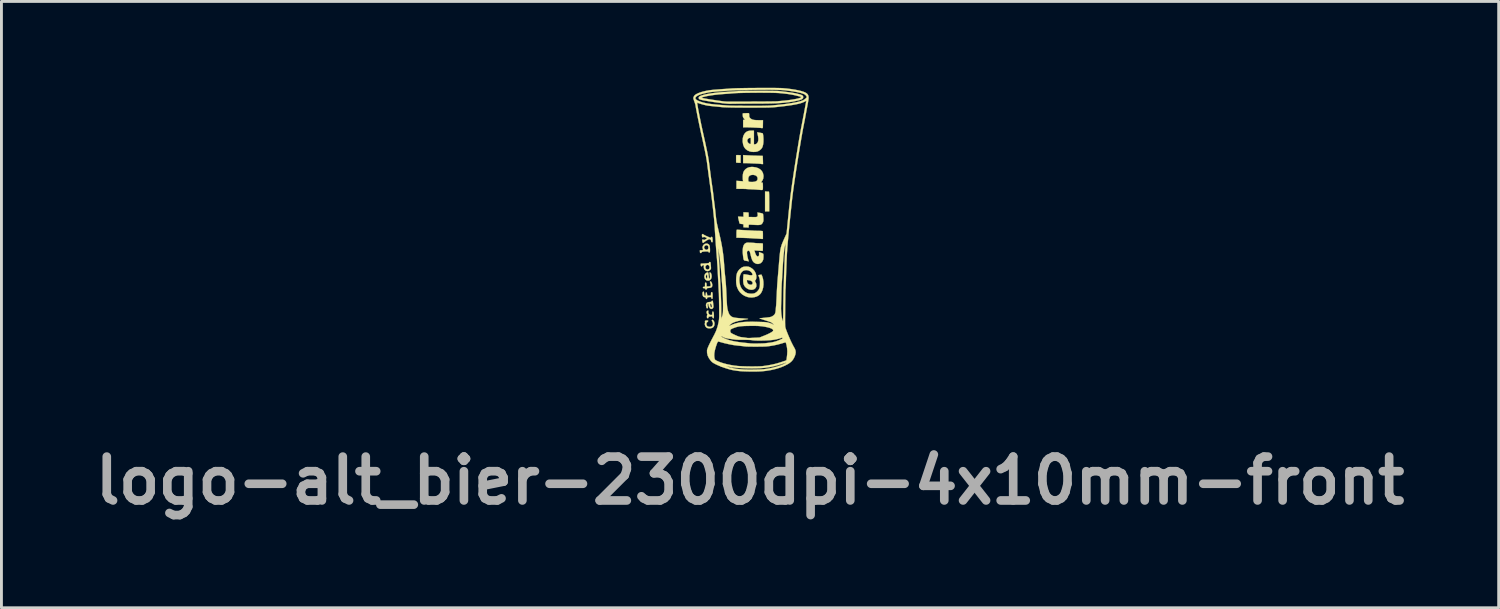
<source format=kicad_pcb>
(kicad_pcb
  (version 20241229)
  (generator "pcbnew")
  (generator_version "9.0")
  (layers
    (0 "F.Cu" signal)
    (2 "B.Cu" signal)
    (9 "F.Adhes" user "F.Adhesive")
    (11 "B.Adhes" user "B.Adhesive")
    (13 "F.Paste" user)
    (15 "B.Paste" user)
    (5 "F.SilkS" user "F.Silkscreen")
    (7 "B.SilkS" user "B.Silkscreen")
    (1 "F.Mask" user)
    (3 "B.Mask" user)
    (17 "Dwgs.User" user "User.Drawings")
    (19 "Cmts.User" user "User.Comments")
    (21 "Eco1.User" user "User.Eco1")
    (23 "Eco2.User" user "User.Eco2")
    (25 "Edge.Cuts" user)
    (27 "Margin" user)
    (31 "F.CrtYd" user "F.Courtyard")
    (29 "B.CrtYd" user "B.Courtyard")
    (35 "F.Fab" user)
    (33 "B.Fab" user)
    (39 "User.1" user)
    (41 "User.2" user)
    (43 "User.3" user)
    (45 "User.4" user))
  (footprint "logo-alt_bier-2300dpi-4x10mm-front"
    (layer "F.Cu")
    (at 23.037 4.925)
    (property "Reference" "logo-alt_bier-2300dpi-4x10mm-front" (at -0.025 8.725 0) (layer "F.Fab") (effects (font (size 1.524 1.524) (thickness 0.3))))
    (attr through_hole)
    (fp_poly (pts (xy 0.56 -1.319) (xy 0.596 -1.317) (xy 0.623 -1.316) (xy 0.632 -1.315) (xy 0.634 -1.304) (xy 0.636 -1.274) (xy 0.638 -1.227) (xy 0.639 -1.166) (xy 0.64 -1.093) (xy 0.64 -1.012) (xy 0.641 -0.972) (xy 0.641 -0.629) (xy 0.497 -0.629) (xy 0.497 -1.322) (xy 0.56 -1.319)) (stroke (width 0.01) (type solid)) (fill yes) (layer "F.SilkS"))
    (fp_poly (pts (xy -0.431 -2.586) (xy -0.353 -2.582) (xy -0.353 -2.319) (xy -0.431 -2.319) (xy -0.476 -2.321) (xy -0.501 -2.325) (xy -0.508 -2.333) (xy -0.509 -2.355) (xy -0.509 -2.391) (xy -0.509 -2.436) (xy -0.509 -2.482) (xy -0.509 -2.525) (xy -0.509 -2.557) (xy -0.509 -2.573) (xy -0.504 -2.582) (xy -0.489 -2.586) (xy -0.459 -2.587) (xy -0.431 -2.586)) (stroke (width 0.01) (type solid)) (fill yes) (layer "F.SilkS"))
    (fp_poly (pts (xy -0.163 -2.58) (xy -0.12 -2.578) (xy -0.06 -2.575) (xy 0.011 -2.572) (xy 0.089 -2.569) (xy 0.167 -2.567) (xy 0.177 -2.566) (xy 0.247 -2.564) (xy 0.308 -2.562) (xy 0.359 -2.561) (xy 0.395 -2.559) (xy 0.414 -2.558) (xy 0.416 -2.558) (xy 0.417 -2.547) (xy 0.418 -2.518) (xy 0.42 -2.476) (xy 0.421 -2.424) (xy 0.422 -2.416) (xy 0.426 -2.275) (xy 0.392 -2.275) (xy 0.366 -2.276) (xy 0.352 -2.28) (xy 0.352 -2.28) (xy 0.34 -2.282) (xy 0.309 -2.285) (xy 0.265 -2.288) (xy 0.21 -2.291) (xy 0.182 -2.292) (xy 0.118 -2.295) (xy 0.058 -2.297) (xy 0.006 -2.3) (xy -0.031 -2.302) (xy -0.039 -2.303) (xy -0.078 -2.305) (xy -0.129 -2.306) (xy -0.179 -2.307) (xy -0.265 -2.308) (xy -0.265 -2.587) (xy -0.163 -2.58)) (stroke (width 0.01) (type solid)) (fill yes) (layer "F.SilkS"))
    (fp_poly (pts (xy -1.328 3.138) (xy -1.303 3.153) (xy -1.281 3.184) (xy -1.265 3.225) (xy -1.259 3.269) (xy -1.259 3.271) (xy -1.267 3.334) (xy -1.291 3.382) (xy -1.332 3.414) (xy -1.388 3.432) (xy -1.43 3.434) (xy -1.487 3.43) (xy -1.528 3.415) (xy -1.531 3.413) (xy -1.564 3.382) (xy -1.587 3.338) (xy -1.597 3.291) (xy -1.593 3.253) (xy -1.588 3.224) (xy -1.59 3.203) (xy -1.591 3.201) (xy -1.594 3.182) (xy -1.578 3.167) (xy -1.545 3.159) (xy -1.528 3.158) (xy -1.498 3.16) (xy -1.483 3.166) (xy -1.48 3.18) (xy -1.48 3.181) (xy -1.49 3.203) (xy -1.506 3.213) (xy -1.53 3.233) (xy -1.541 3.264) (xy -1.541 3.3) (xy -1.53 3.334) (xy -1.507 3.361) (xy -1.498 3.366) (xy -1.451 3.381) (xy -1.402 3.38) (xy -1.359 3.366) (xy -1.341 3.352) (xy -1.32 3.317) (xy -1.313 3.273) (xy -1.321 3.228) (xy -1.337 3.198) (xy -1.352 3.171) (xy -1.352 3.15) (xy -1.34 3.138) (xy -1.328 3.138)) (stroke (width 0.01) (type solid)) (fill yes) (layer "F.SilkS"))
    (fp_poly (pts (xy -1.377 1.813) (xy -1.36 1.839) (xy -1.346 1.875) (xy -1.338 1.917) (xy -1.337 1.934) (xy -1.342 1.976) (xy -1.36 2.004) (xy -1.395 2.022) (xy -1.448 2.03) (xy -1.45 2.03) (xy -1.49 2.033) (xy -1.512 2.038) (xy -1.523 2.047) (xy -1.526 2.058) (xy -1.536 2.077) (xy -1.553 2.086) (xy -1.57 2.084) (xy -1.579 2.069) (xy -1.579 2.067) (xy -1.584 2.051) (xy -1.602 2.043) (xy -1.621 2.041) (xy -1.649 2.036) (xy -1.661 2.026) (xy -1.662 2.015) (xy -1.656 1.999) (xy -1.635 1.991) (xy -1.626 1.99) (xy -1.59 1.986) (xy -1.59 1.915) (xy -1.589 1.877) (xy -1.586 1.855) (xy -1.579 1.846) (xy -1.569 1.844) (xy -1.551 1.85) (xy -1.54 1.87) (xy -1.535 1.907) (xy -1.535 1.928) (xy -1.535 1.977) (xy -1.481 1.977) (xy -1.445 1.975) (xy -1.417 1.972) (xy -1.409 1.97) (xy -1.395 1.954) (xy -1.392 1.924) (xy -1.399 1.884) (xy -1.408 1.859) (xy -1.418 1.826) (xy -1.415 1.808) (xy -1.414 1.807) (xy -1.396 1.801) (xy -1.377 1.813)) (stroke (width 0.01) (type solid)) (fill yes) (layer "F.SilkS"))
    (fp_poly (pts (xy -1.48 1.498) (xy -1.471 1.523) (xy -1.466 1.566) (xy -1.463 1.601) (xy -1.459 1.648) (xy -1.454 1.684) (xy -1.449 1.707) (xy -1.446 1.712) (xy -1.434 1.703) (xy -1.424 1.688) (xy -1.417 1.66) (xy -1.418 1.616) (xy -1.426 1.554) (xy -1.431 1.526) (xy -1.435 1.501) (xy -1.429 1.492) (xy -1.413 1.493) (xy -1.391 1.506) (xy -1.374 1.538) (xy -1.363 1.585) (xy -1.359 1.632) (xy -1.367 1.687) (xy -1.39 1.731) (xy -1.425 1.762) (xy -1.468 1.777) (xy -1.517 1.774) (xy -1.549 1.761) (xy -1.583 1.73) (xy -1.605 1.688) (xy -1.612 1.64) (xy -1.611 1.625) (xy -1.562 1.625) (xy -1.561 1.649) (xy -1.552 1.673) (xy -1.537 1.702) (xy -1.525 1.71) (xy -1.517 1.697) (xy -1.513 1.662) (xy -1.513 1.641) (xy -1.515 1.595) (xy -1.522 1.569) (xy -1.532 1.564) (xy -1.545 1.579) (xy -1.552 1.595) (xy -1.562 1.625) (xy -1.611 1.625) (xy -1.607 1.591) (xy -1.589 1.547) (xy -1.557 1.514) (xy -1.546 1.508) (xy -1.515 1.493) (xy -1.494 1.489) (xy -1.48 1.498)) (stroke (width 0.01) (type solid)) (fill yes) (layer "F.SilkS"))
    (fp_poly (pts (xy -1.474 2.819) (xy -1.47 2.832) (xy -1.474 2.856) (xy -1.476 2.886) (xy -1.467 2.912) (xy -1.452 2.934) (xy -1.43 2.958) (xy -1.41 2.968) (xy -1.382 2.969) (xy -1.342 2.965) (xy -1.338 2.907) (xy -1.335 2.872) (xy -1.329 2.855) (xy -1.318 2.849) (xy -1.315 2.849) (xy -1.301 2.857) (xy -1.29 2.881) (xy -1.284 2.924) (xy -1.281 2.986) (xy -1.281 3.007) (xy -1.282 3.046) (xy -1.285 3.069) (xy -1.291 3.079) (xy -1.303 3.081) (xy -1.303 3.081) (xy -1.322 3.074) (xy -1.332 3.049) (xy -1.333 3.047) (xy -1.34 3.024) (xy -1.353 3.017) (xy -1.372 3.019) (xy -1.409 3.024) (xy -1.437 3.026) (xy -1.46 3.029) (xy -1.468 3.043) (xy -1.469 3.054) (xy -1.474 3.076) (xy -1.489 3.081) (xy -1.51 3.078) (xy -1.517 3.074) (xy -1.522 3.057) (xy -1.524 3.03) (xy -1.522 3) (xy -1.517 2.976) (xy -1.511 2.968) (xy -1.505 2.959) (xy -1.516 2.938) (xy -1.516 2.937) (xy -1.533 2.902) (xy -1.535 2.867) (xy -1.525 2.837) (xy -1.504 2.819) (xy -1.487 2.816) (xy -1.474 2.819)) (stroke (width 0.01) (type solid)) (fill yes) (layer "F.SilkS"))
    (fp_poly (pts (xy -0.437 0.009) (xy -0.395 0.012) (xy -0.384 0.013) (xy -0.341 0.016) (xy -0.282 0.019) (xy -0.215 0.023) (xy -0.145 0.027) (xy -0.117 0.028) (xy -0.054 0.031) (xy 0.003 0.034) (xy 0.051 0.036) (xy 0.084 0.038) (xy 0.094 0.039) (xy 0.118 0.041) (xy 0.158 0.043) (xy 0.209 0.044) (xy 0.266 0.045) (xy 0.268 0.045) (xy 0.322 0.047) (xy 0.367 0.049) (xy 0.4 0.053) (xy 0.415 0.057) (xy 0.416 0.058) (xy 0.418 0.072) (xy 0.42 0.104) (xy 0.422 0.148) (xy 0.422 0.197) (xy 0.422 0.326) (xy 0.393 0.327) (xy 0.371 0.327) (xy 0.362 0.325) (xy 0.35 0.323) (xy 0.32 0.321) (xy 0.277 0.318) (xy 0.224 0.315) (xy 0.204 0.314) (xy 0.146 0.311) (xy 0.093 0.308) (xy 0.052 0.306) (xy 0.026 0.303) (xy 0.023 0.303) (xy 0.004 0.301) (xy -0.033 0.299) (xy -0.085 0.297) (xy -0.149 0.295) (xy -0.22 0.292) (xy -0.251 0.291) (xy -0.497 0.284) (xy -0.497 0.148) (xy -0.496 0.084) (xy -0.493 0.038) (xy -0.488 0.014) (xy -0.485 0.009) (xy -0.469 0.008) (xy -0.437 0.009)) (stroke (width 0.01) (type solid)) (fill yes) (layer "F.SilkS"))
    (fp_poly (pts (xy -0.079 -4.043) (xy -0.075 -4.043) (xy -0.064 -4.039) (xy -0.058 -4.025) (xy -0.055 -3.997) (xy -0.055 -3.974) (xy -0.054 -3.935) (xy -0.049 -3.91) (xy -0.036 -3.889) (xy -0.014 -3.865) (xy 0.015 -3.842) (xy 0.048 -3.824) (xy 0.089 -3.812) (xy 0.143 -3.804) (xy 0.211 -3.8) (xy 0.285 -3.799) (xy 0.425 -3.799) (xy 0.423 -3.686) (xy 0.422 -3.635) (xy 0.421 -3.591) (xy 0.421 -3.559) (xy 0.42 -3.548) (xy 0.414 -3.528) (xy 0.394 -3.523) (xy 0.372 -3.525) (xy 0.364 -3.527) (xy 0.351 -3.53) (xy 0.32 -3.532) (xy 0.275 -3.535) (xy 0.218 -3.538) (xy 0.154 -3.541) (xy 0.086 -3.544) (xy 0.017 -3.547) (xy -0.048 -3.549) (xy -0.106 -3.55) (xy -0.152 -3.55) (xy -0.265 -3.55) (xy -0.265 -3.68) (xy -0.265 -3.81) (xy -0.195 -3.81) (xy -0.223 -3.84) (xy -0.246 -3.868) (xy -0.264 -3.895) (xy -0.265 -3.897) (xy -0.272 -3.919) (xy -0.277 -3.952) (xy -0.279 -3.988) (xy -0.279 -4.018) (xy -0.275 -4.035) (xy -0.275 -4.036) (xy -0.263 -4.038) (xy -0.235 -4.04) (xy -0.196 -4.041) (xy -0.153 -4.043) (xy -0.112 -4.043) (xy -0.079 -4.043)) (stroke (width 0.01) (type solid)) (fill yes) (layer "F.SilkS"))
    (fp_poly (pts (xy -1.326 2.477) (xy -1.318 2.489) (xy -1.313 2.515) (xy -1.31 2.543) (xy -1.305 2.588) (xy -1.3 2.633) (xy -1.297 2.656) (xy -1.298 2.699) (xy -1.314 2.732) (xy -1.34 2.754) (xy -1.372 2.761) (xy -1.405 2.75) (xy -1.423 2.735) (xy -1.448 2.696) (xy -1.465 2.645) (xy -1.469 2.604) (xy -1.471 2.591) (xy -1.413 2.591) (xy -1.411 2.622) (xy -1.411 2.623) (xy -1.403 2.661) (xy -1.39 2.688) (xy -1.375 2.703) (xy -1.361 2.703) (xy -1.351 2.685) (xy -1.349 2.676) (xy -1.351 2.647) (xy -1.362 2.616) (xy -1.377 2.589) (xy -1.393 2.574) (xy -1.398 2.573) (xy -1.409 2.577) (xy -1.413 2.591) (xy -1.471 2.591) (xy -1.472 2.583) (xy -1.483 2.579) (xy -1.487 2.581) (xy -1.497 2.59) (xy -1.501 2.609) (xy -1.498 2.638) (xy -1.493 2.674) (xy -1.489 2.704) (xy -1.488 2.711) (xy -1.493 2.73) (xy -1.509 2.737) (xy -1.527 2.735) (xy -1.538 2.72) (xy -1.545 2.698) (xy -1.557 2.634) (xy -1.551 2.585) (xy -1.529 2.549) (xy -1.489 2.527) (xy -1.431 2.518) (xy -1.419 2.518) (xy -1.387 2.516) (xy -1.372 2.507) (xy -1.366 2.496) (xy -1.352 2.477) (xy -1.339 2.474) (xy -1.326 2.477)) (stroke (width 0.01) (type solid)) (fill yes) (layer "F.SilkS"))
    (fp_poly (pts (xy -1.634 2.163) (xy -1.625 2.187) (xy -1.623 2.216) (xy -1.619 2.262) (xy -1.607 2.294) (xy -1.589 2.308) (xy -1.585 2.308) (xy -1.575 2.301) (xy -1.569 2.277) (xy -1.566 2.245) (xy -1.562 2.206) (xy -1.556 2.186) (xy -1.546 2.181) (xy -1.534 2.191) (xy -1.523 2.22) (xy -1.52 2.24) (xy -1.51 2.298) (xy -1.448 2.295) (xy -1.386 2.292) (xy -1.383 2.234) (xy -1.379 2.199) (xy -1.373 2.181) (xy -1.362 2.176) (xy -1.359 2.176) (xy -1.345 2.179) (xy -1.335 2.19) (xy -1.329 2.214) (xy -1.326 2.252) (xy -1.325 2.309) (xy -1.326 2.356) (xy -1.327 2.385) (xy -1.331 2.401) (xy -1.339 2.407) (xy -1.347 2.407) (xy -1.365 2.401) (xy -1.369 2.381) (xy -1.371 2.36) (xy -1.381 2.349) (xy -1.402 2.346) (xy -1.439 2.348) (xy -1.45 2.349) (xy -1.485 2.353) (xy -1.504 2.36) (xy -1.513 2.371) (xy -1.515 2.384) (xy -1.524 2.41) (xy -1.54 2.417) (xy -1.555 2.405) (xy -1.563 2.386) (xy -1.572 2.362) (xy -1.589 2.353) (xy -1.6 2.352) (xy -1.631 2.344) (xy -1.651 2.33) (xy -1.666 2.302) (xy -1.675 2.263) (xy -1.677 2.221) (xy -1.672 2.186) (xy -1.665 2.171) (xy -1.647 2.157) (xy -1.634 2.163)) (stroke (width 0.01) (type solid)) (fill yes) (layer "F.SilkS"))
    (fp_poly (pts (xy -1.509 0.491) (xy -1.468 0.51) (xy -1.44 0.54) (xy -1.431 0.563) (xy -1.424 0.601) (xy -1.419 0.647) (xy -1.417 0.695) (xy -1.417 0.74) (xy -1.42 0.774) (xy -1.426 0.792) (xy -1.444 0.8) (xy -1.462 0.793) (xy -1.469 0.777) (xy -1.475 0.768) (xy -1.495 0.764) (xy -1.534 0.762) (xy -1.539 0.762) (xy -1.613 0.764) (xy -1.666 0.77) (xy -1.698 0.779) (xy -1.711 0.793) (xy -1.712 0.797) (xy -1.72 0.812) (xy -1.74 0.818) (xy -1.759 0.81) (xy -1.76 0.81) (xy -1.764 0.795) (xy -1.767 0.767) (xy -1.767 0.76) (xy -1.767 0.718) (xy -1.71 0.718) (xy -1.678 0.717) (xy -1.662 0.713) (xy -1.659 0.704) (xy -1.661 0.693) (xy -1.672 0.648) (xy -1.674 0.624) (xy -1.623 0.624) (xy -1.614 0.656) (xy -1.59 0.685) (xy -1.559 0.703) (xy -1.541 0.707) (xy -1.512 0.699) (xy -1.491 0.685) (xy -1.474 0.653) (xy -1.471 0.615) (xy -1.482 0.578) (xy -1.506 0.55) (xy -1.506 0.55) (xy -1.536 0.542) (xy -1.569 0.55) (xy -1.598 0.57) (xy -1.618 0.599) (xy -1.623 0.624) (xy -1.674 0.624) (xy -1.675 0.615) (xy -1.669 0.586) (xy -1.664 0.571) (xy -1.636 0.529) (xy -1.598 0.501) (xy -1.554 0.488) (xy -1.509 0.491)) (stroke (width 0.01) (type solid)) (fill yes) (layer "F.SilkS"))
    (fp_poly (pts (xy -1.407 1.134) (xy -1.398 1.148) (xy -1.394 1.176) (xy -1.394 1.187) (xy -1.39 1.232) (xy -1.386 1.283) (xy -1.384 1.306) (xy -1.382 1.343) (xy -1.385 1.366) (xy -1.396 1.386) (xy -1.417 1.408) (xy -1.46 1.438) (xy -1.508 1.447) (xy -1.557 1.434) (xy -1.575 1.424) (xy -1.612 1.389) (xy -1.63 1.341) (xy -1.631 1.306) (xy -1.579 1.306) (xy -1.571 1.343) (xy -1.549 1.372) (xy -1.519 1.388) (xy -1.486 1.389) (xy -1.456 1.373) (xy -1.452 1.369) (xy -1.435 1.337) (xy -1.433 1.3) (xy -1.444 1.266) (xy -1.465 1.239) (xy -1.495 1.226) (xy -1.502 1.226) (xy -1.533 1.236) (xy -1.561 1.26) (xy -1.577 1.292) (xy -1.579 1.306) (xy -1.631 1.306) (xy -1.631 1.286) (xy -1.627 1.256) (xy -1.63 1.242) (xy -1.642 1.237) (xy -1.652 1.237) (xy -1.678 1.244) (xy -1.686 1.259) (xy -1.699 1.277) (xy -1.712 1.281) (xy -1.727 1.274) (xy -1.735 1.251) (xy -1.737 1.24) (xy -1.739 1.211) (xy -1.738 1.192) (xy -1.737 1.19) (xy -1.724 1.185) (xy -1.697 1.182) (xy -1.674 1.182) (xy -1.633 1.181) (xy -1.58 1.178) (xy -1.531 1.175) (xy -1.488 1.17) (xy -1.462 1.165) (xy -1.45 1.158) (xy -1.447 1.148) (xy -1.447 1.146) (xy -1.441 1.13) (xy -1.422 1.128) (xy -1.407 1.134)) (stroke (width 0.01) (type solid)) (fill yes) (layer "F.SilkS"))
    (fp_poly (pts (xy -1.66 0.158) (xy -1.649 0.17) (xy -1.636 0.179) (xy -1.608 0.194) (xy -1.569 0.214) (xy -1.525 0.234) (xy -1.48 0.254) (xy -1.44 0.271) (xy -1.409 0.283) (xy -1.392 0.287) (xy -1.382 0.278) (xy -1.38 0.271) (xy -1.371 0.257) (xy -1.36 0.254) (xy -1.343 0.262) (xy -1.333 0.288) (xy -1.327 0.332) (xy -1.325 0.383) (xy -1.326 0.418) (xy -1.33 0.435) (xy -1.338 0.44) (xy -1.35 0.44) (xy -1.368 0.432) (xy -1.376 0.413) (xy -1.378 0.396) (xy -1.385 0.366) (xy -1.401 0.349) (xy -1.414 0.342) (xy -1.431 0.337) (xy -1.447 0.337) (xy -1.468 0.344) (xy -1.499 0.36) (xy -1.536 0.381) (xy -1.575 0.406) (xy -1.607 0.428) (xy -1.627 0.444) (xy -1.631 0.449) (xy -1.646 0.462) (xy -1.656 0.464) (xy -1.67 0.458) (xy -1.678 0.437) (xy -1.683 0.413) (xy -1.686 0.381) (xy -1.685 0.357) (xy -1.683 0.352) (xy -1.667 0.343) (xy -1.648 0.347) (xy -1.638 0.359) (xy -1.632 0.367) (xy -1.617 0.364) (xy -1.591 0.351) (xy -1.581 0.346) (xy -1.544 0.324) (xy -1.525 0.31) (xy -1.524 0.299) (xy -1.539 0.288) (xy -1.563 0.277) (xy -1.607 0.26) (xy -1.634 0.255) (xy -1.645 0.262) (xy -1.645 0.265) (xy -1.655 0.274) (xy -1.666 0.276) (xy -1.681 0.27) (xy -1.691 0.248) (xy -1.694 0.233) (xy -1.697 0.2) (xy -1.695 0.175) (xy -1.694 0.172) (xy -1.679 0.157) (xy -1.66 0.158)) (stroke (width 0.01) (type solid)) (fill yes) (layer "F.SilkS"))
    (fp_poly (pts (xy -0.117 -0.595) (xy -0.088 -0.591) (xy -0.076 -0.584) (xy -0.076 -0.583) (xy -0.075 -0.565) (xy -0.074 -0.532) (xy -0.073 -0.502) (xy -0.072 -0.436) (xy 0.065 -0.433) (xy 0.123 -0.432) (xy 0.164 -0.432) (xy 0.191 -0.435) (xy 0.208 -0.439) (xy 0.221 -0.447) (xy 0.223 -0.449) (xy 0.236 -0.464) (xy 0.241 -0.484) (xy 0.241 -0.516) (xy 0.239 -0.531) (xy 0.233 -0.592) (xy 0.326 -0.576) (xy 0.38 -0.565) (xy 0.413 -0.553) (xy 0.426 -0.542) (xy 0.429 -0.524) (xy 0.433 -0.49) (xy 0.436 -0.444) (xy 0.438 -0.409) (xy 0.44 -0.355) (xy 0.44 -0.317) (xy 0.436 -0.29) (xy 0.429 -0.267) (xy 0.418 -0.243) (xy 0.399 -0.211) (xy 0.379 -0.188) (xy 0.353 -0.172) (xy 0.319 -0.162) (xy 0.272 -0.158) (xy 0.209 -0.158) (xy 0.149 -0.16) (xy 0.089 -0.163) (xy 0.034 -0.166) (xy -0.01 -0.168) (xy -0.038 -0.169) (xy -0.044 -0.169) (xy -0.061 -0.169) (xy -0.07 -0.159) (xy -0.072 -0.136) (xy -0.073 -0.121) (xy -0.074 -0.072) (xy -0.117 -0.072) (xy -0.158 -0.073) (xy -0.202 -0.075) (xy -0.207 -0.075) (xy -0.254 -0.079) (xy -0.254 -0.133) (xy -0.255 -0.167) (xy -0.261 -0.183) (xy -0.272 -0.188) (xy -0.273 -0.188) (xy -0.306 -0.191) (xy -0.34 -0.195) (xy -0.37 -0.202) (xy -0.387 -0.207) (xy -0.387 -0.208) (xy -0.392 -0.221) (xy -0.4 -0.249) (xy -0.409 -0.288) (xy -0.419 -0.332) (xy -0.429 -0.376) (xy -0.437 -0.413) (xy -0.441 -0.438) (xy -0.442 -0.445) (xy -0.432 -0.448) (xy -0.404 -0.449) (xy -0.365 -0.448) (xy -0.348 -0.446) (xy -0.254 -0.44) (xy -0.254 -0.596) (xy -0.166 -0.596) (xy -0.117 -0.595)) (stroke (width 0.01) (type solid)) (fill yes) (layer "F.SilkS"))
    (fp_poly (pts (xy 0.075 -3.436) (xy 0.11 -3.435) (xy 0.11 -2.96) (xy 0.142 -2.96) (xy 0.174 -2.967) (xy 0.201 -2.981) (xy 0.237 -3.022) (xy 0.258 -3.077) (xy 0.264 -3.147) (xy 0.255 -3.231) (xy 0.244 -3.285) (xy 0.234 -3.326) (xy 0.228 -3.358) (xy 0.225 -3.375) (xy 0.225 -3.376) (xy 0.237 -3.376) (xy 0.263 -3.372) (xy 0.3 -3.366) (xy 0.339 -3.359) (xy 0.376 -3.352) (xy 0.403 -3.346) (xy 0.416 -3.343) (xy 0.416 -3.343) (xy 0.422 -3.326) (xy 0.428 -3.293) (xy 0.434 -3.247) (xy 0.438 -3.194) (xy 0.441 -3.138) (xy 0.441 -3.132) (xy 0.439 -3.037) (xy 0.429 -2.952) (xy 0.411 -2.882) (xy 0.397 -2.848) (xy 0.363 -2.8) (xy 0.314 -2.756) (xy 0.258 -2.723) (xy 0.228 -2.711) (xy 0.163 -2.699) (xy 0.09 -2.696) (xy 0.017 -2.702) (xy -0.041 -2.715) (xy -0.122 -2.752) (xy -0.185 -2.802) (xy -0.232 -2.866) (xy -0.264 -2.945) (xy -0.279 -3.039) (xy -0.281 -3.065) (xy -0.281 -3.075) (xy -0.121 -3.075) (xy -0.104 -3.033) (xy -0.084 -3.008) (xy -0.057 -2.986) (xy -0.032 -2.972) (xy -0.023 -2.971) (xy -0.013 -2.972) (xy -0.006 -2.978) (xy -0.002 -2.994) (xy -0.000444 -3.023) (xy -0.000008 -3.069) (xy 0 -3.082) (xy -0.000395 -3.133) (xy -0.002 -3.165) (xy -0.005 -3.182) (xy -0.011 -3.188) (xy -0.017 -3.187) (xy -0.043 -3.181) (xy -0.051 -3.181) (xy -0.069 -3.173) (xy -0.092 -3.155) (xy -0.094 -3.153) (xy -0.118 -3.116) (xy -0.121 -3.075) (xy -0.281 -3.075) (xy -0.278 -3.166) (xy -0.258 -3.252) (xy -0.221 -3.323) (xy -0.186 -3.365) (xy -0.146 -3.397) (xy -0.102 -3.419) (xy -0.049 -3.432) (xy 0.017 -3.437) (xy 0.075 -3.436)) (stroke (width 0.01) (type solid)) (fill yes) (layer "F.SilkS"))
    (fp_poly (pts (xy 0.082 -2.173) (xy 0.179 -2.159) (xy 0.263 -2.13) (xy 0.332 -2.087) (xy 0.386 -2.031) (xy 0.422 -1.963) (xy 0.44 -1.885) (xy 0.442 -1.849) (xy 0.435 -1.779) (xy 0.413 -1.719) (xy 0.385 -1.676) (xy 0.366 -1.649) (xy 0.365 -1.636) (xy 0.38 -1.632) (xy 0.394 -1.633) (xy 0.406 -1.631) (xy 0.414 -1.619) (xy 0.419 -1.595) (xy 0.421 -1.554) (xy 0.422 -1.495) (xy 0.422 -1.492) (xy 0.422 -1.44) (xy 0.42 -1.405) (xy 0.412 -1.384) (xy 0.396 -1.374) (xy 0.367 -1.373) (xy 0.322 -1.377) (xy 0.282 -1.381) (xy 0.238 -1.384) (xy 0.179 -1.389) (xy 0.111 -1.393) (xy 0.042 -1.396) (xy 0.022 -1.397) (xy -0.038 -1.4) (xy -0.091 -1.403) (xy -0.133 -1.406) (xy -0.16 -1.408) (xy -0.166 -1.409) (xy -0.182 -1.41) (xy -0.216 -1.411) (xy -0.264 -1.412) (xy -0.32 -1.413) (xy -0.34 -1.413) (xy -0.497 -1.414) (xy -0.497 -1.692) (xy -0.38 -1.684) (xy -0.263 -1.676) (xy -0.271 -1.701) (xy -0.274 -1.722) (xy -0.276 -1.754) (xy -0.088 -1.754) (xy -0.087 -1.708) (xy -0.081 -1.679) (xy -0.066 -1.664) (xy -0.039 -1.657) (xy -0.007 -1.654) (xy 0.079 -1.654) (xy 0.146 -1.664) (xy 0.193 -1.682) (xy 0.209 -1.695) (xy 0.229 -1.722) (xy 0.237 -1.756) (xy 0.237 -1.772) (xy 0.228 -1.821) (xy 0.2 -1.859) (xy 0.155 -1.885) (xy 0.095 -1.898) (xy 0.066 -1.899) (xy 0.004 -1.892) (xy -0.043 -1.868) (xy -0.073 -1.83) (xy -0.087 -1.777) (xy -0.088 -1.754) (xy -0.276 -1.754) (xy -0.277 -1.76) (xy -0.278 -1.806) (xy -0.279 -1.832) (xy -0.274 -1.914) (xy -0.26 -1.981) (xy -0.235 -2.035) (xy -0.196 -2.083) (xy -0.179 -2.099) (xy -0.121 -2.139) (xy -0.055 -2.164) (xy 0.022 -2.174) (xy 0.082 -2.173)) (stroke (width 0.01) (type solid)) (fill yes) (layer "F.SilkS"))
    (fp_poly (pts (xy -0.032 0.457) (xy 0.01 0.459) (xy 0.063 0.462) (xy 0.108 0.465) (xy 0.14 0.468) (xy 0.155 0.47) (xy 0.155 0.47) (xy 0.168 0.472) (xy 0.199 0.474) (xy 0.242 0.475) (xy 0.291 0.477) (xy 0.347 0.478) (xy 0.385 0.481) (xy 0.407 0.484) (xy 0.418 0.49) (xy 0.42 0.496) (xy 0.421 0.514) (xy 0.421 0.548) (xy 0.421 0.594) (xy 0.421 0.629) (xy 0.42 0.681) (xy 0.419 0.715) (xy 0.415 0.734) (xy 0.41 0.742) (xy 0.401 0.744) (xy 0.401 0.743) (xy 0.383 0.742) (xy 0.348 0.74) (xy 0.301 0.737) (xy 0.253 0.734) (xy 0.124 0.726) (xy 0.151 0.808) (xy 0.167 0.851) (xy 0.186 0.889) (xy 0.203 0.914) (xy 0.204 0.916) (xy 0.225 0.933) (xy 0.243 0.936) (xy 0.259 0.93) (xy 0.276 0.919) (xy 0.285 0.903) (xy 0.289 0.876) (xy 0.288 0.833) (xy 0.288 0.826) (xy 0.286 0.785) (xy 0.356 0.808) (xy 0.392 0.822) (xy 0.421 0.835) (xy 0.433 0.844) (xy 0.438 0.863) (xy 0.441 0.897) (xy 0.441 0.94) (xy 0.439 0.986) (xy 0.435 1.026) (xy 0.43 1.052) (xy 0.407 1.102) (xy 0.371 1.147) (xy 0.331 1.176) (xy 0.271 1.196) (xy 0.211 1.195) (xy 0.157 1.175) (xy 0.118 1.152) (xy 0.086 1.121) (xy 0.059 1.08) (xy 0.036 1.027) (xy 0.014 0.957) (xy -0.005 0.878) (xy -0.016 0.834) (xy -0.026 0.796) (xy -0.034 0.771) (xy -0.054 0.742) (xy -0.08 0.733) (xy -0.109 0.744) (xy -0.113 0.747) (xy -0.124 0.76) (xy -0.13 0.777) (xy -0.132 0.802) (xy -0.13 0.844) (xy -0.129 0.85) (xy -0.123 0.904) (xy -0.11 0.965) (xy -0.096 1.02) (xy -0.068 1.106) (xy -0.092 1.1) (xy -0.117 1.096) (xy -0.153 1.09) (xy -0.175 1.087) (xy -0.203 1.082) (xy -0.223 1.075) (xy -0.237 1.062) (xy -0.248 1.039) (xy -0.256 1.002) (xy -0.264 0.949) (xy -0.268 0.92) (xy -0.279 0.801) (xy -0.279 0.699) (xy -0.268 0.614) (xy -0.246 0.547) (xy -0.213 0.498) (xy -0.169 0.468) (xy -0.147 0.461) (xy -0.12 0.456) (xy -0.083 0.455) (xy -0.032 0.457)) (stroke (width 0.01) (type solid)) (fill yes) (layer "F.SilkS"))
    (fp_poly (pts (xy -0.113 1.288) (xy -0.078 1.292) (xy -0.048 1.302) (xy -0.012 1.319) (xy -0.002 1.324) (xy 0.073 1.377) (xy 0.132 1.444) (xy 0.172 1.522) (xy 0.194 1.607) (xy 0.195 1.657) (xy 0.189 1.704) (xy 0.176 1.744) (xy 0.157 1.768) (xy 0.156 1.769) (xy 0.144 1.778) (xy 0.143 1.789) (xy 0.154 1.809) (xy 0.161 1.819) (xy 0.185 1.871) (xy 0.196 1.93) (xy 0.19 1.985) (xy 0.188 1.993) (xy 0.162 2.039) (xy 0.123 2.071) (xy 0.073 2.09) (xy 0.015 2.095) (xy -0.045 2.086) (xy -0.105 2.063) (xy -0.162 2.025) (xy -0.178 2.01) (xy -0.213 1.971) (xy -0.238 1.928) (xy -0.254 1.878) (xy -0.262 1.816) (xy -0.263 1.788) (xy -0.133 1.788) (xy -0.127 1.824) (xy -0.115 1.857) (xy -0.09 1.887) (xy -0.055 1.908) (xy -0.015 1.92) (xy 0.022 1.918) (xy 0.049 1.904) (xy 0.065 1.875) (xy 0.063 1.841) (xy 0.044 1.809) (xy 0.012 1.784) (xy -0.017 1.773) (xy -0.057 1.764) (xy -0.076 1.761) (xy -0.133 1.753) (xy -0.133 1.788) (xy -0.263 1.788) (xy -0.263 1.739) (xy -0.262 1.697) (xy -0.259 1.645) (xy -0.255 1.601) (xy -0.251 1.57) (xy -0.246 1.556) (xy -0.232 1.554) (xy -0.201 1.557) (xy -0.158 1.563) (xy -0.127 1.569) (xy -0.055 1.583) (xy -0.003 1.59) (xy 0.033 1.59) (xy 0.053 1.583) (xy 0.061 1.569) (xy 0.057 1.546) (xy 0.054 1.536) (xy 0.024 1.487) (xy -0.021 1.449) (xy -0.077 1.423) (xy -0.138 1.411) (xy -0.2 1.414) (xy -0.259 1.434) (xy -0.265 1.437) (xy -0.311 1.474) (xy -0.347 1.529) (xy -0.374 1.596) (xy -0.391 1.674) (xy -0.396 1.757) (xy -0.39 1.843) (xy -0.373 1.928) (xy -0.347 2) (xy -0.308 2.064) (xy -0.255 2.123) (xy -0.193 2.173) (xy -0.128 2.207) (xy -0.127 2.208) (xy -0.063 2.224) (xy 0.009 2.231) (xy 0.08 2.227) (xy 0.123 2.218) (xy 0.176 2.192) (xy 0.226 2.151) (xy 0.269 2.098) (xy 0.284 2.072) (xy 0.298 2.042) (xy 0.307 2.011) (xy 0.313 1.974) (xy 0.317 1.925) (xy 0.318 1.897) (xy 0.319 1.814) (xy 0.313 1.745) (xy 0.299 1.684) (xy 0.28 1.632) (xy 0.269 1.605) (xy 0.266 1.588) (xy 0.266 1.586) (xy 0.279 1.582) (xy 0.306 1.577) (xy 0.321 1.575) (xy 0.372 1.567) (xy 0.395 1.62) (xy 0.424 1.711) (xy 0.439 1.812) (xy 0.441 1.915) (xy 0.43 2.016) (xy 0.405 2.109) (xy 0.381 2.162) (xy 0.354 2.21) (xy 0.325 2.246) (xy 0.288 2.279) (xy 0.274 2.29) (xy 0.211 2.326) (xy 0.135 2.349) (xy 0.051 2.361) (xy -0.035 2.359) (xy -0.107 2.346) (xy -0.21 2.308) (xy -0.3 2.252) (xy -0.376 2.181) (xy -0.436 2.095) (xy -0.479 1.996) (xy -0.5 1.909) (xy -0.507 1.84) (xy -0.509 1.763) (xy -0.506 1.683) (xy -0.498 1.608) (xy -0.486 1.544) (xy -0.476 1.511) (xy -0.439 1.441) (xy -0.387 1.378) (xy -0.325 1.329) (xy -0.305 1.317) (xy -0.27 1.301) (xy -0.236 1.292) (xy -0.194 1.288) (xy -0.16 1.287) (xy -0.113 1.288)) (stroke (width 0.01) (type solid)) (fill yes) (layer "F.SilkS"))
    (fp_poly (pts (xy 0.457 -4.821) (xy 0.56 -4.821) (xy 0.657 -4.82) (xy 0.745 -4.819) (xy 0.821 -4.818) (xy 0.883 -4.817) (xy 0.928 -4.816) (xy 0.955 -4.814) (xy 1.109 -4.797) (xy 1.241 -4.781) (xy 1.353 -4.766) (xy 1.446 -4.752) (xy 1.521 -4.739) (xy 1.557 -4.732) (xy 1.641 -4.712) (xy 1.705 -4.695) (xy 1.753 -4.679) (xy 1.786 -4.664) (xy 1.806 -4.648) (xy 1.818 -4.629) (xy 1.822 -4.607) (xy 1.822 -4.6) (xy 1.818 -4.572) (xy 1.804 -4.549) (xy 1.778 -4.528) (xy 1.737 -4.51) (xy 1.68 -4.492) (xy 1.605 -4.474) (xy 1.55 -4.463) (xy 1.486 -4.45) (xy 1.424 -4.439) (xy 1.369 -4.431) (xy 1.329 -4.425) (xy 1.32 -4.424) (xy 1.278 -4.42) (xy 1.223 -4.414) (xy 1.166 -4.408) (xy 1.149 -4.406) (xy 1.09 -4.4) (xy 1.029 -4.395) (xy 0.964 -4.391) (xy 0.894 -4.387) (xy 0.816 -4.384) (xy 0.727 -4.381) (xy 0.627 -4.379) (xy 0.513 -4.377) (xy 0.384 -4.376) (xy 0.236 -4.375) (xy 0.069 -4.375) (xy 0.04 -4.374) (xy -0.083 -4.374) (xy -0.199 -4.374) (xy -0.307 -4.373) (xy -0.405 -4.372) (xy -0.491 -4.372) (xy -0.564 -4.371) (xy -0.62 -4.37) (xy -0.658 -4.37) (xy -0.677 -4.369) (xy -0.678 -4.369) (xy -0.698 -4.368) (xy -0.735 -4.369) (xy -0.782 -4.371) (xy -0.823 -4.374) (xy -0.893 -4.38) (xy -0.976 -4.389) (xy -1.069 -4.401) (xy -1.167 -4.414) (xy -1.268 -4.428) (xy -1.369 -4.443) (xy -1.465 -4.458) (xy -1.553 -4.473) (xy -1.63 -4.487) (xy -1.693 -4.499) (xy -1.737 -4.51) (xy -1.742 -4.511) (xy -1.778 -4.524) (xy -1.798 -4.538) (xy -1.807 -4.556) (xy -1.807 -4.558) (xy -1.808 -4.578) (xy -1.708 -4.578) (xy -1.694 -4.572) (xy -1.674 -4.567) (xy -1.635 -4.559) (xy -1.581 -4.549) (xy -1.515 -4.538) (xy -1.439 -4.525) (xy -1.357 -4.512) (xy -1.271 -4.499) (xy -1.186 -4.486) (xy -1.105 -4.475) (xy -1.03 -4.464) (xy -0.964 -4.455) (xy -0.911 -4.449) (xy -0.889 -4.447) (xy -0.869 -4.446) (xy -0.829 -4.445) (xy -0.772 -4.445) (xy -0.699 -4.444) (xy -0.613 -4.444) (xy -0.516 -4.444) (xy -0.409 -4.444) (xy -0.294 -4.444) (xy -0.175 -4.445) (xy -0.052 -4.445) (xy 0.072 -4.446) (xy 0.195 -4.446) (xy 0.314 -4.447) (xy 0.429 -4.447) (xy 0.537 -4.448) (xy 0.636 -4.449) (xy 0.723 -4.45) (xy 0.797 -4.451) (xy 0.856 -4.452) (xy 0.898 -4.453) (xy 0.92 -4.454) (xy 0.922 -4.454) (xy 0.949 -4.458) (xy 0.99 -4.462) (xy 1.037 -4.466) (xy 1.044 -4.467) (xy 1.149 -4.476) (xy 1.252 -4.487) (xy 1.351 -4.5) (xy 1.443 -4.514) (xy 1.528 -4.528) (xy 1.601 -4.543) (xy 1.663 -4.558) (xy 1.71 -4.573) (xy 1.74 -4.587) (xy 1.751 -4.599) (xy 1.749 -4.606) (xy 1.733 -4.613) (xy 1.7 -4.624) (xy 1.653 -4.636) (xy 1.597 -4.65) (xy 1.536 -4.665) (xy 1.474 -4.678) (xy 1.416 -4.689) (xy 1.364 -4.698) (xy 1.364 -4.698) (xy 1.275 -4.711) (xy 1.194 -4.721) (xy 1.116 -4.73) (xy 1.04 -4.737) (xy 0.961 -4.743) (xy 0.877 -4.747) (xy 0.785 -4.75) (xy 0.682 -4.752) (xy 0.563 -4.753) (xy 0.428 -4.754) (xy 0.364 -4.754) (xy 0.207 -4.754) (xy 0.056 -4.753) (xy -0.086 -4.751) (xy -0.217 -4.749) (xy -0.336 -4.746) (xy -0.439 -4.743) (xy -0.526 -4.739) (xy -0.595 -4.735) (xy -0.635 -4.732) (xy -0.668 -4.729) (xy -0.709 -4.725) (xy -0.761 -4.721) (xy -0.828 -4.716) (xy -0.912 -4.71) (xy -0.994 -4.704) (xy -1.099 -4.696) (xy -1.206 -4.684) (xy -1.312 -4.671) (xy -1.414 -4.655) (xy -1.506 -4.639) (xy -1.587 -4.622) (xy -1.651 -4.605) (xy -1.684 -4.594) (xy -1.706 -4.584) (xy -1.708 -4.578) (xy -1.808 -4.578) (xy -1.809 -4.586) (xy -1.797 -4.61) (xy -1.769 -4.632) (xy -1.725 -4.653) (xy -1.661 -4.673) (xy -1.607 -4.688) (xy -1.526 -4.706) (xy -1.427 -4.724) (xy -1.317 -4.74) (xy -1.201 -4.755) (xy -1.084 -4.767) (xy -0.971 -4.776) (xy -0.944 -4.777) (xy -0.892 -4.78) (xy -0.849 -4.783) (xy -0.819 -4.786) (xy -0.806 -4.788) (xy -0.806 -4.788) (xy -0.794 -4.789) (xy -0.763 -4.792) (xy -0.718 -4.794) (xy -0.664 -4.797) (xy -0.635 -4.798) (xy -0.574 -4.801) (xy -0.52 -4.805) (xy -0.476 -4.808) (xy -0.448 -4.811) (xy -0.442 -4.812) (xy -0.422 -4.813) (xy -0.383 -4.815) (xy -0.327 -4.816) (xy -0.256 -4.818) (xy -0.172 -4.819) (xy -0.079 -4.819) (xy 0.023 -4.82) (xy 0.129 -4.821) (xy 0.239 -4.821) (xy 0.349 -4.821) (xy 0.457 -4.821)) (stroke (width 0.01) (type solid)) (fill yes) (layer "F.SilkS"))
    (fp_poly (pts (xy 0.673 -4.919) (xy 0.785 -4.919) (xy 0.885 -4.918) (xy 0.973 -4.916) (xy 1.044 -4.914) (xy 1.098 -4.912) (xy 1.104 -4.911) (xy 1.252 -4.898) (xy 1.4 -4.88) (xy 1.54 -4.858) (xy 1.668 -4.833) (xy 1.757 -4.81) (xy 1.842 -4.783) (xy 1.908 -4.754) (xy 1.956 -4.721) (xy 1.987 -4.682) (xy 2.004 -4.636) (xy 2.01 -4.58) (xy 2.01 -4.579) (xy 2.008 -4.549) (xy 2.002 -4.502) (xy 1.993 -4.443) (xy 1.981 -4.375) (xy 1.968 -4.303) (xy 1.966 -4.294) (xy 1.952 -4.218) (xy 1.937 -4.141) (xy 1.924 -4.07) (xy 1.913 -4.009) (xy 1.905 -3.965) (xy 1.905 -3.965) (xy 1.897 -3.922) (xy 1.886 -3.863) (xy 1.873 -3.792) (xy 1.857 -3.714) (xy 1.842 -3.635) (xy 1.837 -3.611) (xy 1.816 -3.504) (xy 1.793 -3.378) (xy 1.768 -3.235) (xy 1.741 -3.078) (xy 1.713 -2.91) (xy 1.683 -2.734) (xy 1.654 -2.552) (xy 1.624 -2.367) (xy 1.595 -2.181) (xy 1.567 -1.998) (xy 1.541 -1.82) (xy 1.515 -1.65) (xy 1.493 -1.49) (xy 1.472 -1.343) (xy 1.455 -1.212) (xy 1.453 -1.193) (xy 1.445 -1.128) (xy 1.435 -1.044) (xy 1.424 -0.944) (xy 1.412 -0.831) (xy 1.399 -0.707) (xy 1.385 -0.576) (xy 1.371 -0.441) (xy 1.357 -0.304) (xy 1.344 -0.168) (xy 1.331 -0.036) (xy 1.319 0.089) (xy 1.308 0.204) (xy 1.303 0.254) (xy 1.297 0.329) (xy 1.29 0.401) (xy 1.284 0.464) (xy 1.28 0.515) (xy 1.277 0.55) (xy 1.276 0.558) (xy 1.273 0.594) (xy 1.269 0.644) (xy 1.266 0.698) (xy 1.265 0.718) (xy 1.261 0.777) (xy 1.257 0.839) (xy 1.254 0.894) (xy 1.254 0.906) (xy 1.251 0.948) (xy 1.249 1.005) (xy 1.246 1.071) (xy 1.243 1.138) (xy 1.243 1.154) (xy 1.24 1.227) (xy 1.237 1.307) (xy 1.234 1.383) (xy 1.231 1.448) (xy 1.231 1.452) (xy 1.229 1.507) (xy 1.227 1.578) (xy 1.224 1.658) (xy 1.222 1.74) (xy 1.22 1.806) (xy 1.217 1.876) (xy 1.215 1.941) (xy 1.212 1.997) (xy 1.21 2.039) (xy 1.208 2.064) (xy 1.208 2.065) (xy 1.206 2.083) (xy 1.205 2.121) (xy 1.204 2.177) (xy 1.202 2.248) (xy 1.201 2.334) (xy 1.2 2.43) (xy 1.198 2.536) (xy 1.197 2.649) (xy 1.196 2.733) (xy 1.195 2.867) (xy 1.194 2.981) (xy 1.193 3.077) (xy 1.193 3.156) (xy 1.193 3.22) (xy 1.194 3.272) (xy 1.195 3.313) (xy 1.196 3.346) (xy 1.198 3.371) (xy 1.201 3.391) (xy 1.205 3.408) (xy 1.209 3.424) (xy 1.212 3.435) (xy 1.234 3.497) (xy 1.263 3.573) (xy 1.297 3.657) (xy 1.335 3.746) (xy 1.374 3.835) (xy 1.413 3.919) (xy 1.45 3.993) (xy 1.482 4.055) (xy 1.499 4.083) (xy 1.536 4.152) (xy 1.557 4.215) (xy 1.561 4.277) (xy 1.55 4.343) (xy 1.523 4.417) (xy 1.501 4.462) (xy 1.463 4.527) (xy 1.416 4.582) (xy 1.357 4.632) (xy 1.301 4.669) (xy 1.176 4.735) (xy 1.033 4.794) (xy 0.875 4.843) (xy 0.704 4.883) (xy 0.522 4.912) (xy 0.398 4.925) (xy 0.322 4.93) (xy 0.229 4.933) (xy 0.125 4.935) (xy 0.016 4.935) (xy -0.095 4.933) (xy -0.201 4.93) (xy -0.297 4.926) (xy -0.377 4.92) (xy -0.392 4.919) (xy -0.46 4.911) (xy -0.534 4.9) (xy -0.604 4.889) (xy -0.651 4.881) (xy -0.74 4.859) (xy -0.841 4.829) (xy -0.948 4.794) (xy -1.054 4.754) (xy -1.058 4.752) (xy -0.846 4.752) (xy -0.839 4.757) (xy -0.815 4.766) (xy -0.778 4.777) (xy -0.732 4.79) (xy -0.682 4.803) (xy -0.632 4.814) (xy -0.602 4.82) (xy -0.508 4.836) (xy -0.413 4.849) (xy -0.312 4.857) (xy -0.201 4.863) (xy -0.077 4.865) (xy 0.065 4.865) (xy 0.099 4.864) (xy 0.182 4.863) (xy 0.259 4.861) (xy 0.327 4.86) (xy 0.383 4.858) (xy 0.424 4.856) (xy 0.446 4.855) (xy 0.447 4.854) (xy 0.474 4.85) (xy 0.515 4.844) (xy 0.561 4.838) (xy 0.569 4.837) (xy 0.657 4.822) (xy 0.753 4.801) (xy 0.851 4.776) (xy 0.947 4.748) (xy 1.037 4.718) (xy 1.116 4.687) (xy 1.181 4.658) (xy 1.215 4.638) (xy 1.233 4.625) (xy 1.236 4.62) (xy 1.231 4.622) (xy 1.065 4.678) (xy 0.912 4.724) (xy 0.765 4.761) (xy 0.622 4.788) (xy 0.475 4.808) (xy 0.321 4.82) (xy 0.154 4.826) (xy 0.028 4.827) (xy -0.125 4.825) (xy -0.271 4.82) (xy -0.407 4.812) (xy -0.53 4.802) (xy -0.638 4.789) (xy -0.727 4.773) (xy -0.741 4.77) (xy -0.786 4.761) (xy -0.821 4.755) (xy -0.842 4.752) (xy -0.846 4.752) (xy -1.058 4.752) (xy -1.151 4.713) (xy -1.209 4.686) (xy -1.265 4.657) (xy -1.307 4.633) (xy -1.339 4.61) (xy -1.368 4.583) (xy -1.39 4.558) (xy -1.453 4.472) (xy -1.496 4.383) (xy -1.496 4.381) (xy -1.27 4.381) (xy -1.262 4.46) (xy -1.257 4.48) (xy -1.25 4.504) (xy -1.241 4.522) (xy -1.225 4.536) (xy -1.198 4.552) (xy -1.156 4.573) (xy -1.155 4.573) (xy -1.061 4.612) (xy -0.95 4.648) (xy -0.826 4.681) (xy -0.694 4.708) (xy -0.56 4.73) (xy -0.452 4.742) (xy -0.384 4.747) (xy -0.301 4.751) (xy -0.207 4.754) (xy -0.107 4.757) (xy -0.004 4.758) (xy 0.096 4.758) (xy 0.191 4.757) (xy 0.276 4.755) (xy 0.347 4.752) (xy 0.395 4.749) (xy 0.5 4.735) (xy 0.615 4.717) (xy 0.732 4.695) (xy 0.842 4.67) (xy 0.862 4.665) (xy 0.9 4.655) (xy 0.949 4.641) (xy 1.005 4.624) (xy 1.062 4.606) (xy 1.117 4.587) (xy 1.167 4.571) (xy 1.205 4.557) (xy 1.229 4.547) (xy 1.235 4.544) (xy 1.24 4.53) (xy 1.246 4.498) (xy 1.252 4.454) (xy 1.258 4.402) (xy 1.264 4.348) (xy 1.267 4.295) (xy 1.269 4.25) (xy 1.27 4.235) (xy 1.267 4.182) (xy 1.262 4.125) (xy 1.253 4.068) (xy 1.243 4.015) (xy 1.231 3.97) (xy 1.219 3.938) (xy 1.208 3.921) (xy 1.203 3.919) (xy 1.187 3.924) (xy 1.154 3.934) (xy 1.11 3.948) (xy 1.066 3.961) (xy 0.939 3.996) (xy 0.801 4.026) (xy 0.663 4.049) (xy 0.541 4.063) (xy 0.499 4.065) (xy 0.441 4.067) (xy 0.371 4.068) (xy 0.292 4.069) (xy 0.209 4.07) (xy 0.125 4.07) (xy 0.042 4.069) (xy -0.035 4.068) (xy -0.103 4.067) (xy -0.159 4.065) (xy -0.198 4.062) (xy -0.215 4.06) (xy -0.247 4.056) (xy -0.287 4.05) (xy -0.304 4.049) (xy -0.338 4.045) (xy -0.387 4.04) (xy -0.443 4.034) (xy -0.48 4.03) (xy -0.611 4.013) (xy -0.758 3.985) (xy -0.919 3.948) (xy -1.091 3.901) (xy -1.127 3.891) (xy -1.139 3.896) (xy -1.154 3.917) (xy -1.173 3.957) (xy -1.194 4.017) (xy -1.214 4.075) (xy -1.246 4.191) (xy -1.265 4.292) (xy -1.27 4.381) (xy -1.496 4.381) (xy -1.518 4.292) (xy -1.52 4.202) (xy -1.519 4.193) (xy -1.51 4.155) (xy -1.489 4.1) (xy -1.458 4.028) (xy -1.416 3.941) (xy -1.365 3.839) (xy -1.304 3.725) (xy -1.294 3.705) (xy -1.038 3.705) (xy -1.029 3.717) (xy -1.003 3.735) (xy -0.965 3.756) (xy -0.92 3.779) (xy -0.872 3.8) (xy -0.839 3.813) (xy -0.766 3.838) (xy -0.687 3.861) (xy -0.601 3.88) (xy -0.503 3.898) (xy -0.393 3.915) (xy -0.265 3.931) (xy -0.149 3.943) (xy -0.098 3.948) (xy -0.052 3.953) (xy -0.019 3.957) (xy -0.006 3.958) (xy 0.02 3.96) (xy 0.064 3.961) (xy 0.12 3.962) (xy 0.185 3.962) (xy 0.254 3.961) (xy 0.322 3.96) (xy 0.384 3.958) (xy 0.437 3.956) (xy 0.475 3.954) (xy 0.486 3.953) (xy 0.538 3.947) (xy 0.593 3.94) (xy 0.624 3.937) (xy 0.67 3.931) (xy 0.726 3.922) (xy 0.772 3.913) (xy 0.821 3.901) (xy 0.876 3.885) (xy 0.933 3.865) (xy 0.987 3.843) (xy 1.036 3.822) (xy 1.074 3.803) (xy 1.098 3.787) (xy 1.104 3.777) (xy 1.096 3.762) (xy 1.076 3.76) (xy 1.062 3.765) (xy 1.036 3.775) (xy 0.994 3.788) (xy 0.942 3.802) (xy 0.885 3.815) (xy 0.829 3.826) (xy 0.801 3.831) (xy 0.733 3.84) (xy 0.654 3.847) (xy 0.565 3.853) (xy 0.472 3.857) (xy 0.377 3.859) (xy 0.286 3.86) (xy 0.202 3.858) (xy 0.13 3.855) (xy 0.072 3.85) (xy 0.043 3.845) (xy 0.016 3.841) (xy -0.028 3.838) (xy -0.086 3.835) (xy -0.153 3.833) (xy -0.226 3.833) (xy -0.239 3.833) (xy -0.311 3.832) (xy -0.378 3.832) (xy -0.437 3.831) (xy -0.482 3.829) (xy -0.51 3.827) (xy -0.514 3.827) (xy -0.608 3.815) (xy -0.683 3.805) (xy -0.742 3.797) (xy -0.787 3.79) (xy -0.821 3.783) (xy -0.848 3.778) (xy -0.87 3.772) (xy -0.878 3.769) (xy -0.911 3.758) (xy -0.937 3.748) (xy -0.944 3.743) (xy -0.96 3.734) (xy -0.985 3.723) (xy -1.011 3.712) (xy -1.031 3.705) (xy -1.038 3.705) (xy -1.294 3.705) (xy -1.27 3.661) (xy -1.205 3.524) (xy -0.713 3.524) (xy -0.71 3.548) (xy -0.704 3.567) (xy -0.693 3.584) (xy -0.674 3.601) (xy -0.643 3.619) (xy -0.598 3.642) (xy -0.536 3.67) (xy -0.528 3.674) (xy -0.468 3.7) (xy -0.421 3.718) (xy -0.381 3.73) (xy -0.342 3.738) (xy -0.296 3.744) (xy -0.287 3.745) (xy -0.236 3.751) (xy -0.189 3.757) (xy -0.154 3.763) (xy -0.144 3.765) (xy -0.108 3.77) (xy -0.066 3.771) (xy -0.05 3.771) (xy -0.017 3.769) (xy 0.031 3.766) (xy 0.088 3.763) (xy 0.149 3.76) (xy 0.155 3.76) (xy 0.304 3.753) (xy 0.473 3.686) (xy 0.562 3.649) (xy 0.638 3.613) (xy 0.7 3.58) (xy 0.745 3.551) (xy 0.771 3.527) (xy 0.777 3.518) (xy 0.777 3.49) (xy 0.755 3.463) (xy 0.712 3.438) (xy 0.647 3.414) (xy 0.562 3.392) (xy 0.554 3.391) (xy 0.477 3.376) (xy 0.402 3.364) (xy 0.324 3.356) (xy 0.24 3.35) (xy 0.145 3.348) (xy 0.036 3.347) (xy -0.067 3.349) (xy -0.167 3.351) (xy -0.249 3.354) (xy -0.316 3.358) (xy -0.372 3.363) (xy -0.422 3.371) (xy -0.468 3.381) (xy -0.516 3.395) (xy -0.568 3.413) (xy -0.601 3.425) (xy -0.655 3.447) (xy -0.69 3.468) (xy -0.708 3.493) (xy -0.713 3.524) (xy -1.205 3.524) (xy -1.202 3.517) (xy -1.15 3.361) (xy -1.114 3.197) (xy -1.109 3.164) (xy -1.104 3.132) (xy -1.101 3.098) (xy -1.099 3.059) (xy -1.097 3.014) (xy -1.097 2.958) (xy -1.097 2.89) (xy -1.097 2.807) (xy -1.099 2.705) (xy -1.099 2.645) (xy -1.101 2.548) (xy -1.102 2.457) (xy -1.104 2.375) (xy -1.106 2.304) (xy -1.107 2.246) (xy -1.108 2.205) (xy -1.11 2.183) (xy -1.11 2.181) (xy -1.112 2.158) (xy -1.114 2.118) (xy -1.117 2.066) (xy -1.12 2.008) (xy -1.121 1.988) (xy -1.123 1.923) (xy -1.126 1.86) (xy -1.129 1.804) (xy -1.132 1.762) (xy -1.132 1.756) (xy -1.135 1.715) (xy -1.138 1.66) (xy -1.141 1.598) (xy -1.143 1.552) (xy -1.147 1.468) (xy -1.151 1.388) (xy -1.155 1.311) (xy -1.16 1.232) (xy -1.166 1.148) (xy -1.172 1.058) (xy -1.18 0.956) (xy -1.189 0.841) (xy -1.2 0.71) (xy -1.203 0.674) (xy -1.135 0.674) (xy -1.132 0.696) (xy -1.129 0.727) (xy -1.125 0.77) (xy -1.121 0.812) (xy -1.109 0.981) (xy -1.098 1.129) (xy -1.089 1.257) (xy -1.083 1.365) (xy -1.078 1.454) (xy -1.077 1.474) (xy -1.074 1.559) (xy -1.07 1.64) (xy -1.066 1.722) (xy -1.06 1.814) (xy -1.055 1.911) (xy -1.053 1.939) (xy -1.051 1.972) (xy -1.05 2.012) (xy -1.048 2.062) (xy -1.045 2.122) (xy -1.042 2.196) (xy -1.039 2.286) (xy -1.035 2.395) (xy -1.032 2.479) (xy -1.03 2.546) (xy -1.029 2.627) (xy -1.027 2.716) (xy -1.026 2.804) (xy -1.026 2.871) (xy -1.025 3.098) (xy -1.004 3.044) (xy -0.991 3.005) (xy -0.979 2.955) (xy -0.97 2.906) (xy -0.967 2.87) (xy -0.965 2.815) (xy -0.964 2.745) (xy -0.963 2.664) (xy -0.964 2.575) (xy -0.965 2.482) (xy -0.967 2.389) (xy -0.97 2.298) (xy -0.973 2.214) (xy -0.977 2.139) (xy -0.982 2.079) (xy -0.982 2.076) (xy -0.987 2.014) (xy -0.993 1.947) (xy -0.997 1.887) (xy -0.999 1.866) (xy -1.009 1.727) (xy -1.017 1.607) (xy -1.024 1.507) (xy -1.031 1.423) (xy -1.036 1.354) (xy -1.041 1.299) (xy -1.045 1.256) (xy -1.049 1.222) (xy -1.049 1.22) (xy -1.066 1.089) (xy -1.08 0.979) (xy -1.093 0.888) (xy -1.103 0.815) (xy -1.111 0.759) (xy -1.118 0.719) (xy -1.123 0.694) (xy -1.126 0.682) (xy -1.133 0.669) (xy -1.135 0.674) (xy -1.203 0.674) (xy -1.209 0.596) (xy -1.212 0.558) (xy -1.215 0.506) (xy -1.219 0.449) (xy -1.22 0.425) (xy -1.223 0.37) (xy -1.227 0.315) (xy -1.23 0.269) (xy -1.231 0.254) (xy -1.237 0.173) (xy -1.244 0.075) (xy -1.25 -0.037) (xy -1.254 -0.105) (xy -1.259 -0.181) (xy -1.267 -0.277) (xy -1.277 -0.39) (xy -1.29 -0.516) (xy -1.305 -0.655) (xy -1.322 -0.802) (xy -1.34 -0.956) (xy -1.359 -1.115) (xy -1.38 -1.274) (xy -1.401 -1.432) (xy -1.419 -1.568) (xy -1.433 -1.671) (xy -1.448 -1.782) (xy -1.464 -1.896) (xy -1.478 -2.005) (xy -1.491 -2.105) (xy -1.502 -2.187) (xy -1.51 -2.254) (xy -1.519 -2.317) (xy -1.527 -2.376) (xy -1.537 -2.435) (xy -1.547 -2.495) (xy -1.558 -2.559) (xy -1.572 -2.628) (xy -1.587 -2.706) (xy -1.605 -2.793) (xy -1.627 -2.893) (xy -1.652 -3.007) (xy -1.68 -3.138) (xy -1.713 -3.288) (xy -1.723 -3.33) (xy -1.741 -3.414) (xy -1.761 -3.507) (xy -1.782 -3.606) (xy -1.803 -3.708) (xy -1.824 -3.811) (xy -1.845 -3.912) (xy -1.863 -4.007) (xy -1.88 -4.093) (xy -1.895 -4.169) (xy -1.906 -4.231) (xy -1.914 -4.276) (xy -1.917 -4.296) (xy -1.924 -4.334) (xy -1.938 -4.384) (xy -1.941 -4.392) (xy -1.861 -4.392) (xy -1.857 -4.359) (xy -1.849 -4.308) (xy -1.838 -4.242) (xy -1.824 -4.163) (xy -1.806 -4.072) (xy -1.787 -3.971) (xy -1.765 -3.863) (xy -1.742 -3.75) (xy -1.718 -3.633) (xy -1.692 -3.515) (xy -1.667 -3.397) (xy -1.641 -3.282) (xy -1.634 -3.252) (xy -1.613 -3.157) (xy -1.59 -3.054) (xy -1.567 -2.948) (xy -1.546 -2.848) (xy -1.527 -2.759) (xy -1.518 -2.717) (xy -1.503 -2.641) (xy -1.49 -2.573) (xy -1.478 -2.509) (xy -1.468 -2.445) (xy -1.457 -2.377) (xy -1.447 -2.301) (xy -1.435 -2.213) (xy -1.422 -2.109) (xy -1.414 -2.043) (xy -1.4 -1.937) (xy -1.387 -1.837) (xy -1.374 -1.736) (xy -1.359 -1.629) (xy -1.341 -1.508) (xy -1.332 -1.441) (xy -1.321 -1.368) (xy -1.311 -1.292) (xy -1.302 -1.22) (xy -1.295 -1.16) (xy -1.292 -1.137) (xy -1.285 -1.071) (xy -1.276 -0.997) (xy -1.267 -0.926) (xy -1.264 -0.906) (xy -1.257 -0.853) (xy -1.251 -0.807) (xy -1.246 -0.764) (xy -1.241 -0.719) (xy -1.235 -0.669) (xy -1.229 -0.608) (xy -1.221 -0.532) (xy -1.215 -0.475) (xy -1.204 -0.376) (xy -1.19 -0.285) (xy -1.173 -0.194) (xy -1.151 -0.093) (xy -1.139 -0.044) (xy -1.097 0.133) (xy -1.06 0.292) (xy -1.029 0.438) (xy -1.003 0.573) (xy -0.982 0.702) (xy -0.964 0.828) (xy -0.949 0.954) (xy -0.936 1.085) (xy -0.925 1.223) (xy -0.922 1.264) (xy -0.918 1.332) (xy -0.913 1.393) (xy -0.908 1.454) (xy -0.902 1.522) (xy -0.893 1.604) (xy -0.889 1.645) (xy -0.873 1.806) (xy -0.861 1.958) (xy -0.852 2.112) (xy -0.845 2.258) (xy -0.84 2.374) (xy -0.836 2.47) (xy -0.831 2.549) (xy -0.827 2.614) (xy -0.823 2.667) (xy -0.817 2.711) (xy -0.811 2.749) (xy -0.804 2.782) (xy -0.796 2.814) (xy -0.787 2.844) (xy -0.762 2.912) (xy -0.735 2.963) (xy -0.701 3.001) (xy -0.659 3.031) (xy -0.633 3.043) (xy -0.599 3.054) (xy -0.556 3.063) (xy -0.499 3.071) (xy -0.426 3.078) (xy -0.335 3.085) (xy -0.309 3.086) (xy -0.246 3.091) (xy -0.188 3.096) (xy -0.141 3.1) (xy -0.108 3.104) (xy -0.092 3.107) (xy -0.091 3.108) (xy -0.1 3.111) (xy -0.127 3.117) (xy -0.168 3.125) (xy -0.218 3.134) (xy -0.224 3.135) (xy -0.34 3.158) (xy -0.437 3.179) (xy -0.516 3.201) (xy -0.581 3.223) (xy -0.633 3.247) (xy -0.676 3.273) (xy -0.7 3.292) (xy -0.731 3.322) (xy -0.747 3.341) (xy -0.748 3.349) (xy -0.733 3.345) (xy -0.715 3.335) (xy -0.69 3.323) (xy -0.649 3.307) (xy -0.6 3.288) (xy -0.562 3.275) (xy -0.487 3.253) (xy -0.407 3.235) (xy -0.32 3.222) (xy -0.223 3.212) (xy -0.113 3.207) (xy 0.013 3.205) (xy 0.158 3.206) (xy 0.177 3.207) (xy 0.258 3.209) (xy 0.335 3.211) (xy 0.404 3.213) (xy 0.462 3.215) (xy 0.504 3.218) (xy 0.525 3.219) (xy 0.589 3.23) (xy 0.653 3.247) (xy 0.711 3.266) (xy 0.755 3.288) (xy 0.768 3.296) (xy 0.794 3.313) (xy 0.805 3.316) (xy 0.802 3.307) (xy 0.786 3.288) (xy 0.762 3.266) (xy 0.743 3.25) (xy 0.725 3.238) (xy 0.703 3.226) (xy 0.675 3.213) (xy 0.637 3.199) (xy 0.587 3.182) (xy 0.522 3.161) (xy 0.459 3.141) (xy 0.403 3.123) (xy 0.357 3.107) (xy 0.324 3.095) (xy 0.306 3.087) (xy 0.304 3.085) (xy 0.318 3.083) (xy 0.35 3.08) (xy 0.397 3.075) (xy 0.453 3.069) (xy 0.494 3.065) (xy 0.569 3.057) (xy 0.626 3.05) (xy 0.67 3.043) (xy 0.703 3.034) (xy 0.731 3.023) (xy 0.756 3.009) (xy 0.776 2.996) (xy 0.813 2.965) (xy 0.839 2.93) (xy 0.855 2.886) (xy 0.864 2.827) (xy 0.866 2.805) (xy 0.87 2.756) (xy 0.871 2.748) (xy 1.052 2.748) (xy 1.056 2.856) (xy 1.065 2.958) (xy 1.078 3.048) (xy 1.095 3.12) (xy 1.107 3.155) (xy 1.116 3.179) (xy 1.121 3.187) (xy 1.122 3.186) (xy 1.122 3.173) (xy 1.123 3.14) (xy 1.124 3.09) (xy 1.125 3.023) (xy 1.127 2.943) (xy 1.128 2.851) (xy 1.129 2.75) (xy 1.13 2.641) (xy 1.131 2.601) (xy 1.132 2.489) (xy 1.134 2.384) (xy 1.135 2.287) (xy 1.136 2.2) (xy 1.138 2.126) (xy 1.139 2.067) (xy 1.14 2.025) (xy 1.141 2.002) (xy 1.141 1.999) (xy 1.143 1.98) (xy 1.145 1.943) (xy 1.147 1.891) (xy 1.15 1.827) (xy 1.152 1.755) (xy 1.153 1.717) (xy 1.155 1.636) (xy 1.158 1.556) (xy 1.16 1.48) (xy 1.163 1.414) (xy 1.165 1.364) (xy 1.165 1.353) (xy 1.168 1.296) (xy 1.171 1.226) (xy 1.174 1.153) (xy 1.176 1.099) (xy 1.181 0.98) (xy 1.187 0.867) (xy 1.192 0.763) (xy 1.198 0.672) (xy 1.203 0.594) (xy 1.207 0.534) (xy 1.21 0.508) (xy 1.211 0.488) (xy 1.209 0.488) (xy 1.203 0.507) (xy 1.194 0.541) (xy 1.176 0.623) (xy 1.16 0.727) (xy 1.145 0.851) (xy 1.132 0.994) (xy 1.12 1.157) (xy 1.11 1.331) (xy 1.107 1.389) (xy 1.103 1.447) (xy 1.101 1.496) (xy 1.099 1.518) (xy 1.096 1.558) (xy 1.093 1.612) (xy 1.09 1.671) (xy 1.088 1.706) (xy 1.085 1.759) (xy 1.081 1.808) (xy 1.079 1.844) (xy 1.077 1.861) (xy 1.076 1.88) (xy 1.074 1.919) (xy 1.072 1.973) (xy 1.07 2.039) (xy 1.068 2.114) (xy 1.066 2.192) (xy 1.064 2.281) (xy 1.062 2.372) (xy 1.06 2.46) (xy 1.057 2.539) (xy 1.055 2.604) (xy 1.054 2.639) (xy 1.052 2.748) (xy 0.871 2.748) (xy 0.874 2.711) (xy 0.877 2.678) (xy 0.878 2.673) (xy 0.882 2.635) (xy 0.886 2.577) (xy 0.89 2.5) (xy 0.895 2.406) (xy 0.9 2.303) (xy 0.905 2.193) (xy 0.909 2.101) (xy 0.914 2.021) (xy 0.918 1.947) (xy 0.923 1.875) (xy 0.929 1.8) (xy 0.935 1.716) (xy 0.944 1.619) (xy 0.945 1.607) (xy 0.952 1.522) (xy 0.959 1.439) (xy 0.966 1.363) (xy 0.971 1.298) (xy 0.975 1.247) (xy 0.978 1.215) (xy 0.981 1.167) (xy 0.985 1.121) (xy 0.988 1.088) (xy 0.992 1.053) (xy 0.996 1.007) (xy 0.999 0.966) (xy 1.009 0.862) (xy 1.019 0.775) (xy 1.03 0.701) (xy 1.043 0.635) (xy 1.061 0.573) (xy 1.082 0.509) (xy 1.11 0.44) (xy 1.145 0.36) (xy 1.153 0.342) (xy 1.245 0.138) (xy 1.297 -0.391) (xy 1.308 -0.498) (xy 1.318 -0.598) (xy 1.327 -0.69) (xy 1.335 -0.771) (xy 1.342 -0.839) (xy 1.348 -0.892) (xy 1.351 -0.927) (xy 1.353 -0.943) (xy 1.353 -0.943) (xy 1.356 -0.962) (xy 1.36 -0.999) (xy 1.366 -1.047) (xy 1.373 -1.104) (xy 1.375 -1.121) (xy 1.385 -1.206) (xy 1.399 -1.31) (xy 1.415 -1.429) (xy 1.433 -1.56) (xy 1.453 -1.699) (xy 1.474 -1.843) (xy 1.496 -1.99) (xy 1.518 -2.134) (xy 1.54 -2.274) (xy 1.561 -2.406) (xy 1.563 -2.419) (xy 1.576 -2.498) (xy 1.591 -2.593) (xy 1.608 -2.696) (xy 1.625 -2.803) (xy 1.642 -2.905) (xy 1.651 -2.965) (xy 1.668 -3.063) (xy 1.687 -3.176) (xy 1.708 -3.296) (xy 1.73 -3.416) (xy 1.751 -3.531) (xy 1.767 -3.611) (xy 1.786 -3.711) (xy 1.806 -3.817) (xy 1.827 -3.926) (xy 1.847 -4.029) (xy 1.864 -4.123) (xy 1.878 -4.195) (xy 1.891 -4.267) (xy 1.903 -4.332) (xy 1.914 -4.387) (xy 1.923 -4.429) (xy 1.928 -4.454) (xy 1.93 -4.459) (xy 1.933 -4.468) (xy 1.93 -4.471) (xy 1.918 -4.467) (xy 1.893 -4.455) (xy 1.861 -4.438) (xy 1.805 -4.413) (xy 1.736 -4.389) (xy 1.653 -4.367) (xy 1.553 -4.346) (xy 1.436 -4.325) (xy 1.3 -4.305) (xy 1.145 -4.285) (xy 0.994 -4.268) (xy 0.951 -4.263) (xy 0.908 -4.258) (xy 0.9 -4.257) (xy 0.856 -4.253) (xy 0.812 -4.249) (xy 0.764 -4.245) (xy 0.712 -4.243) (xy 0.652 -4.24) (xy 0.583 -4.239) (xy 0.503 -4.237) (xy 0.41 -4.236) (xy 0.302 -4.236) (xy 0.176 -4.235) (xy 0.031 -4.235) (xy -0.022 -4.235) (xy -0.207 -4.235) (xy -0.371 -4.236) (xy -0.516 -4.237) (xy -0.642 -4.239) (xy -0.75 -4.241) (xy -0.842 -4.244) (xy -0.92 -4.247) (xy -0.983 -4.251) (xy -1.034 -4.256) (xy -1.049 -4.258) (xy -1.073 -4.26) (xy -1.115 -4.265) (xy -1.168 -4.27) (xy -1.23 -4.276) (xy -1.267 -4.279) (xy -1.333 -4.286) (xy -1.397 -4.293) (xy -1.453 -4.3) (xy -1.495 -4.306) (xy -1.51 -4.308) (xy -1.56 -4.318) (xy -1.619 -4.332) (xy -1.68 -4.348) (xy -1.738 -4.365) (xy -1.785 -4.38) (xy -1.817 -4.392) (xy -1.819 -4.393) (xy -1.844 -4.403) (xy -1.859 -4.406) (xy -1.86 -4.405) (xy -1.861 -4.392) (xy -1.941 -4.392) (xy -1.956 -4.437) (xy -1.962 -4.455) (xy -1.982 -4.509) (xy -1.992 -4.55) (xy -1.992 -4.569) (xy -1.925 -4.569) (xy -1.923 -4.547) (xy -1.903 -4.52) (xy -1.863 -4.492) (xy -1.807 -4.465) (xy -1.736 -4.438) (xy -1.654 -4.413) (xy -1.563 -4.391) (xy -1.466 -4.373) (xy -1.365 -4.358) (xy -1.358 -4.358) (xy -1.292 -4.351) (xy -1.213 -4.343) (xy -1.125 -4.335) (xy -1.034 -4.327) (xy -0.944 -4.32) (xy -0.859 -4.313) (xy -0.785 -4.308) (xy -0.727 -4.305) (xy -0.707 -4.304) (xy -0.682 -4.303) (xy -0.638 -4.302) (xy -0.576 -4.302) (xy -0.499 -4.301) (xy -0.409 -4.3) (xy -0.309 -4.3) (xy -0.201 -4.299) (xy -0.087 -4.299) (xy -0.033 -4.299) (xy 0.122 -4.298) (xy 0.257 -4.299) (xy 0.373 -4.299) (xy 0.474 -4.301) (xy 0.56 -4.303) (xy 0.633 -4.305) (xy 0.696 -4.309) (xy 0.75 -4.313) (xy 0.751 -4.313) (xy 0.941 -4.331) (xy 1.117 -4.35) (xy 1.277 -4.371) (xy 1.42 -4.393) (xy 1.546 -4.415) (xy 1.653 -4.439) (xy 1.741 -4.463) (xy 1.808 -4.488) (xy 1.825 -4.496) (xy 1.864 -4.52) (xy 1.9 -4.547) (xy 1.928 -4.575) (xy 1.942 -4.598) (xy 1.944 -4.605) (xy 1.934 -4.633) (xy 1.91 -4.664) (xy 1.876 -4.693) (xy 1.857 -4.703) (xy 1.796 -4.728) (xy 1.713 -4.752) (xy 1.608 -4.775) (xy 1.482 -4.797) (xy 1.334 -4.819) (xy 1.237 -4.831) (xy 1.159 -4.839) (xy 1.067 -4.846) (xy 0.96 -4.85) (xy 0.837 -4.854) (xy 0.697 -4.856) (xy 0.537 -4.856) (xy 0.358 -4.855) (xy 0.252 -4.854) (xy 0.139 -4.853) (xy 0.031 -4.851) (xy -0.071 -4.85) (xy -0.163 -4.848) (xy -0.243 -4.847) (xy -0.309 -4.845) (xy -0.358 -4.844) (xy -0.389 -4.843) (xy -0.392 -4.843) (xy -0.432 -4.841) (xy -0.488 -4.838) (xy -0.552 -4.835) (xy -0.618 -4.832) (xy -0.629 -4.832) (xy -0.691 -4.829) (xy -0.748 -4.826) (xy -0.796 -4.823) (xy -0.828 -4.821) (xy -0.834 -4.82) (xy -0.864 -4.818) (xy -0.909 -4.814) (xy -0.962 -4.811) (xy -0.988 -4.809) (xy -1.077 -4.803) (xy -1.181 -4.795) (xy -1.293 -4.785) (xy -1.384 -4.776) (xy -1.431 -4.769) (xy -1.492 -4.758) (xy -1.56 -4.743) (xy -1.629 -4.727) (xy -1.692 -4.711) (xy -1.741 -4.697) (xy -1.748 -4.694) (xy -1.822 -4.665) (xy -1.876 -4.633) (xy -1.911 -4.601) (xy -1.925 -4.569) (xy -1.992 -4.569) (xy -1.992 -4.582) (xy -1.983 -4.612) (xy -1.965 -4.645) (xy -1.935 -4.677) (xy -1.885 -4.709) (xy -1.819 -4.74) (xy -1.739 -4.77) (xy -1.648 -4.796) (xy -1.548 -4.819) (xy -1.443 -4.838) (xy -1.335 -4.851) (xy -1.314 -4.853) (xy -1.177 -4.864) (xy -1.059 -4.873) (xy -0.958 -4.881) (xy -0.871 -4.886) (xy -0.861 -4.887) (xy -0.808 -4.89) (xy -0.76 -4.894) (xy -0.722 -4.897) (xy -0.707 -4.898) (xy -0.667 -4.901) (xy -0.607 -4.904) (xy -0.53 -4.907) (xy -0.438 -4.91) (xy -0.334 -4.912) (xy -0.219 -4.914) (xy -0.096 -4.916) (xy 0.032 -4.917) (xy 0.163 -4.918) (xy 0.295 -4.919) (xy 0.426 -4.919) (xy 0.553 -4.92) (xy 0.673 -4.919)) (stroke (width 0.01) (type solid)) (fill yes) (layer "F.SilkS")))
  (gr_rect
    (start -3 -3)
    (end 49.025 18.068)
    (stroke (width 0.1) (type default))
    (fill no)
    (layer "Edge.Cuts")))
</source>
